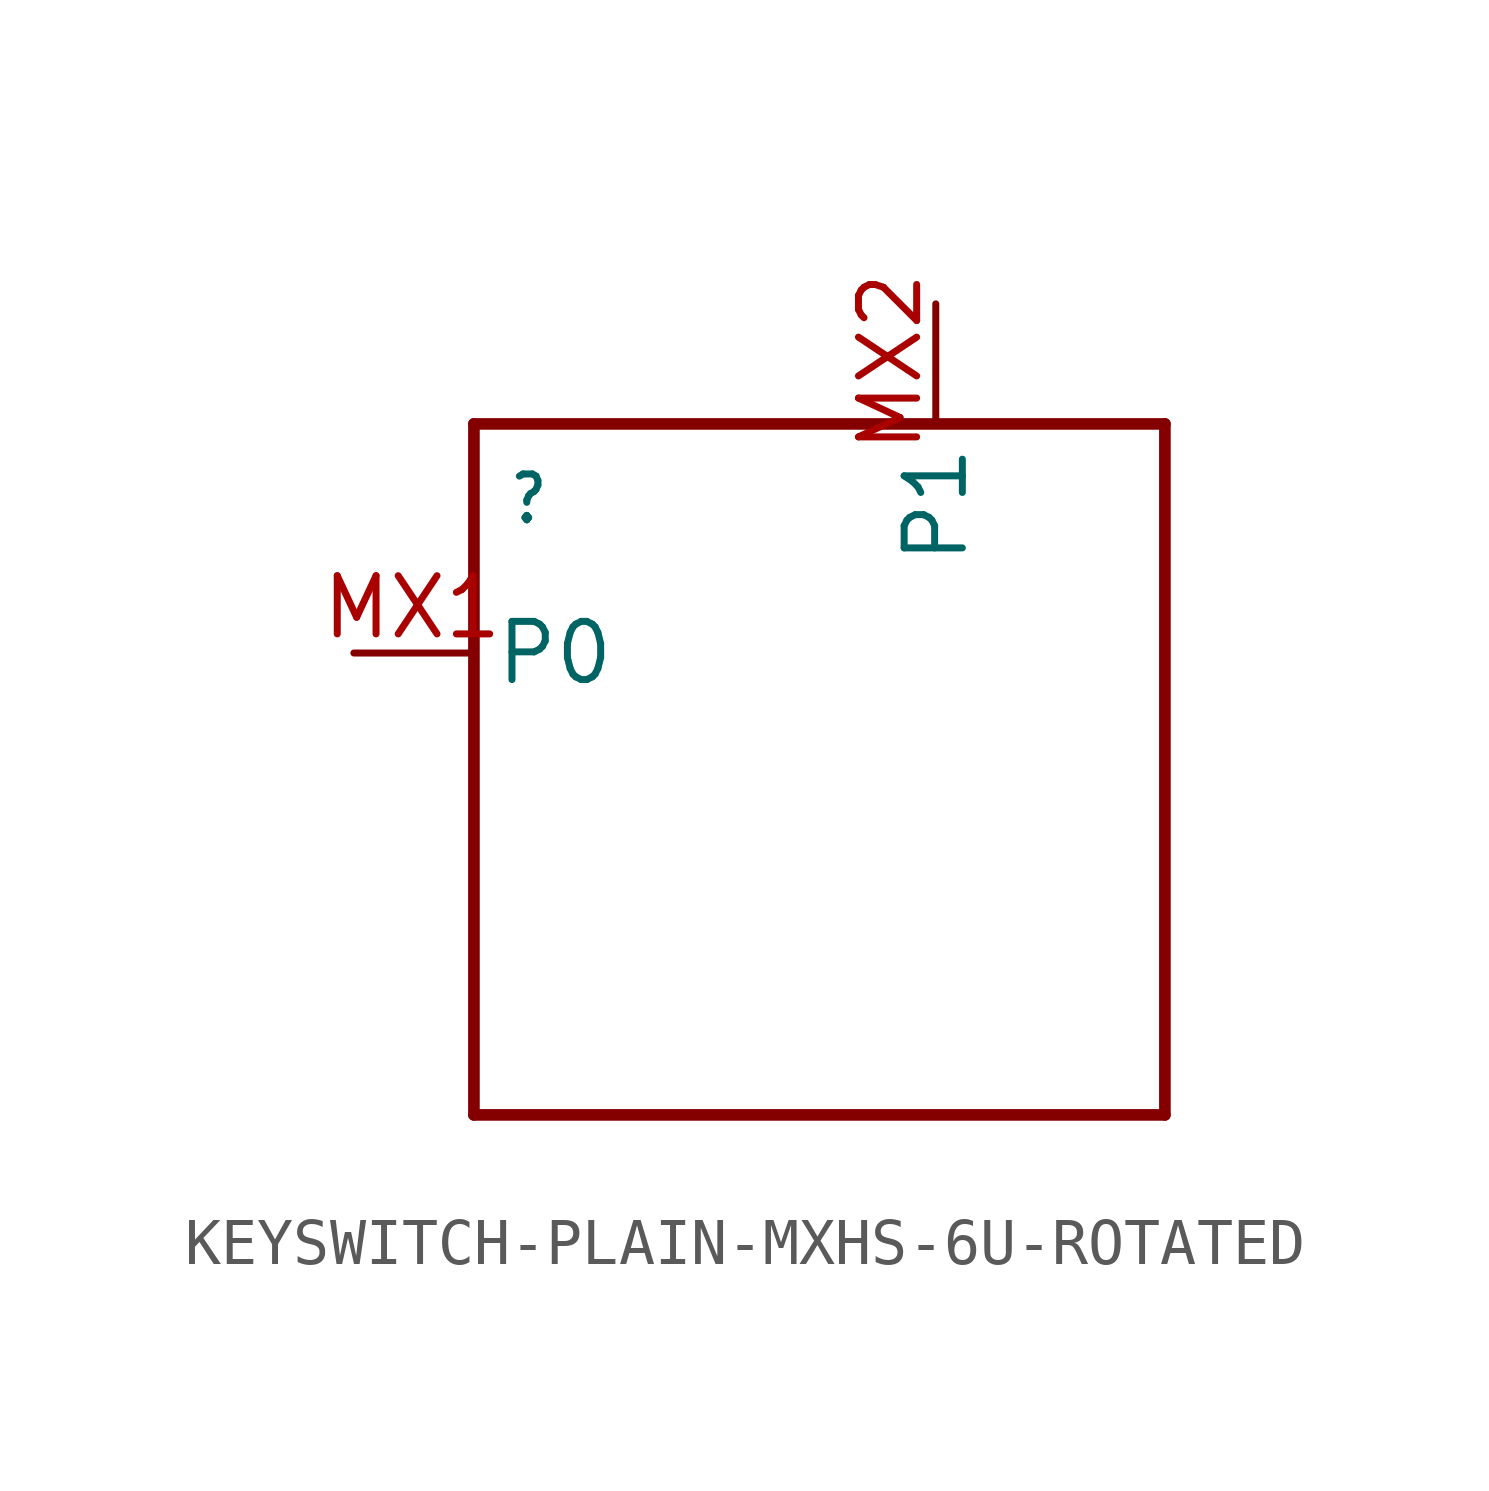
<source format=kicad_sym>
(kicad_symbol_lib
  (version 20211014)
  (generator kicad_symbol_editor)
  (symbol "KEYSWITCH-PLAIN-MXHS-6U-ROTATED"
    (property "Reference" ""
      (at -6.81 5.318 0)
      (effects (font (size 1 0.85)) (justify left bottom)))
    (property "ki_locked" ""
      (at 0 0 0)
      (effects (font (size 1.27 1.27))))
    (symbol "KEYSWITCH-PLAIN-MXHS-6U-ROTATED_1_0"
      (polyline (pts (xy -7.54 -7.54) (xy -7.54 7.54)) (stroke (width 0.254) (type default) (color 0 0 0 0)) (fill (type none)))
      (polyline (pts (xy -7.54 7.54) (xy 7.54 7.54)) (stroke (width 0.254) (type default) (color 0 0 0 0)) (fill (type none)))
      (polyline (pts (xy 7.54 -7.54) (xy -7.54 -7.54)) (stroke (width 0.254) (type default) (color 0 0 0 0)) (fill (type none)))
      (polyline (pts (xy 7.54 7.54) (xy 7.54 -7.54)) (stroke (width 0.254) (type default) (color 0 0 0 0)) (fill (type none)))
      (pin bidirectional line (at -10.16 2.54 0) (length 2.54) (name "P0" (effects (font (size 1.27 1.27)))) (number "MX1" (effects (font (size 1.27 1.27)))))
      (pin bidirectional line (at 2.54 10.16 270) (length 2.54) (name "P1" (effects (font (size 1.27 1.27)))) (number "MX2" (effects (font (size 1.27 1.27))))))))
</source>
